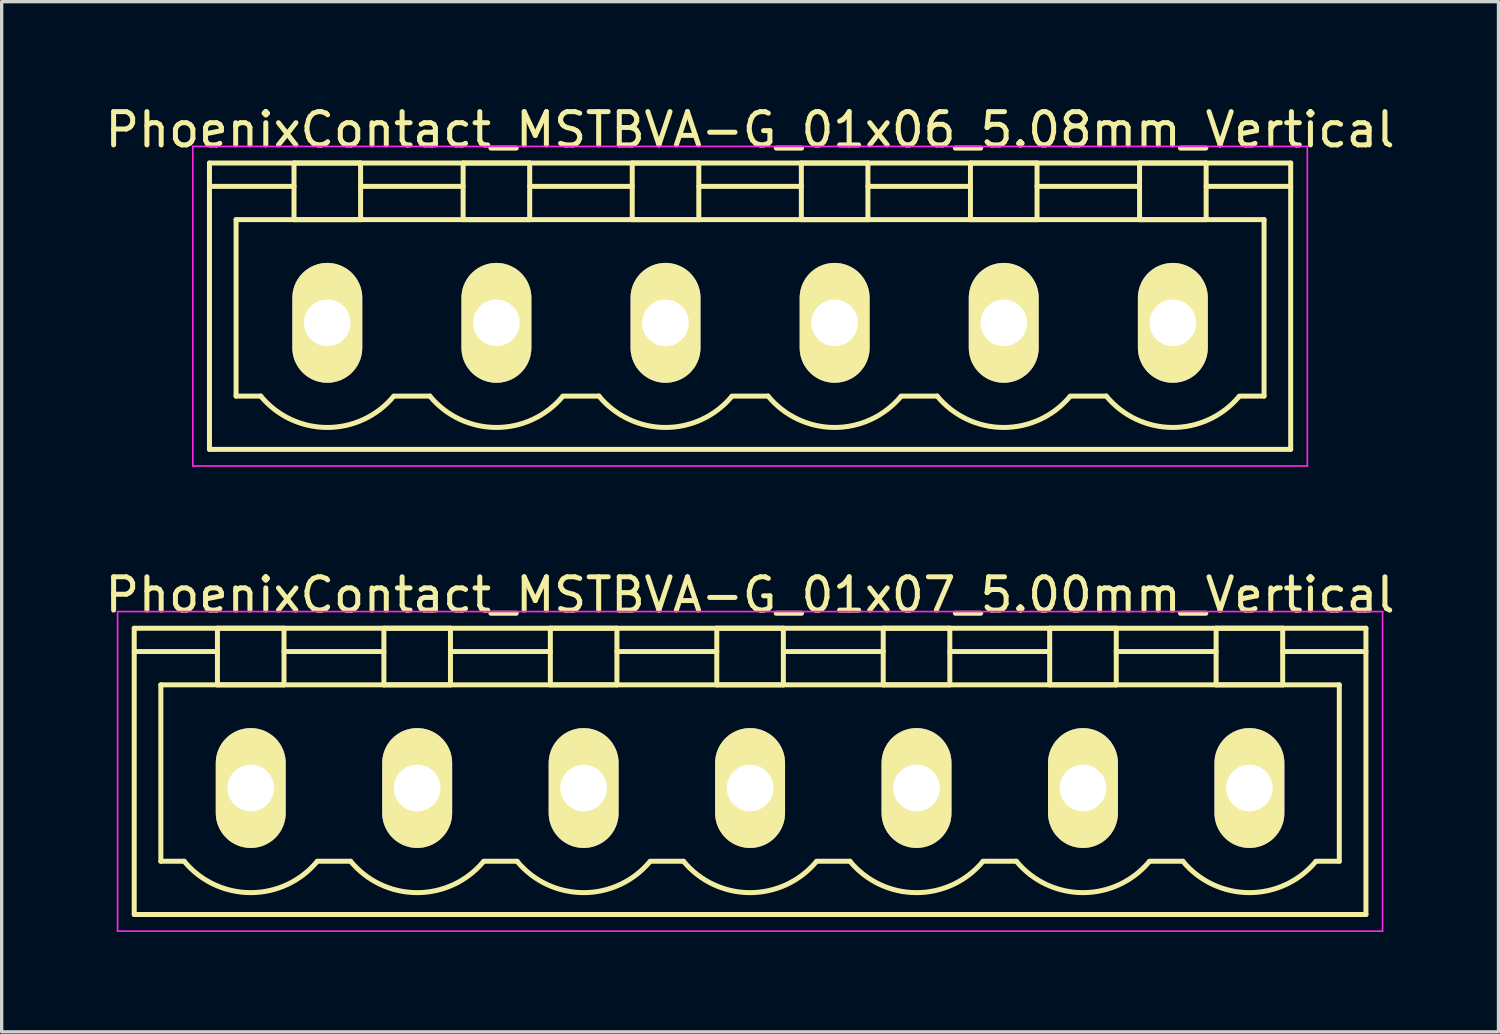
<source format=kicad_pcb>
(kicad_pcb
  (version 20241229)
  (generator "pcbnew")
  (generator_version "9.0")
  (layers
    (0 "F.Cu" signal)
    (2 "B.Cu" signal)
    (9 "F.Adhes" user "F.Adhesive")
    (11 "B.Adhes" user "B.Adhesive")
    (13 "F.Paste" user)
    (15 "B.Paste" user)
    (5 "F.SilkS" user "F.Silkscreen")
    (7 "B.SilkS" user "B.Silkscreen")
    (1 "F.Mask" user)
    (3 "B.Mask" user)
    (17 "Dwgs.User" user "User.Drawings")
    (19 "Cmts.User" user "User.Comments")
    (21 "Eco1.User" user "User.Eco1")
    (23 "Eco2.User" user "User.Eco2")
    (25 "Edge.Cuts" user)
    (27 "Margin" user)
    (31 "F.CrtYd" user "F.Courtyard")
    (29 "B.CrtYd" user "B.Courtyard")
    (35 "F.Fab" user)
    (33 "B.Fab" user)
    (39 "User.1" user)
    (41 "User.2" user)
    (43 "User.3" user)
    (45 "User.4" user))
  (footprint "PhoenixContact_MSTBVA-G_01x07_5.00mm_Vertical"
    (layer "F.Cu")
    (at 4.482 20.622)
    (property "Reference" "PhoenixContact_MSTBVA-G_01x07_5.00mm_Vertical" (at 15 -5.8 0) (layer "F.SilkS") (effects (font (size 1 1) (thickness 0.15))))
    (attr through_hole)
    (fp_line (start -3.5 -4.8) (end -3.5 3.8) (stroke (width 0.15) (type solid)) (layer "F.SilkS"))
    (fp_line (start -3.5 -4.1) (end -1 -4.1) (stroke (width 0.15) (type solid)) (layer "F.SilkS"))
    (fp_line (start -3.5 3.8) (end 33.5 3.8) (stroke (width 0.15) (type solid)) (layer "F.SilkS"))
    (fp_line (start -2.7 -3.1) (end 32.7 -3.1) (stroke (width 0.15) (type solid)) (layer "F.SilkS"))
    (fp_line (start -2.7 2.2) (end -2.7 -3.1) (stroke (width 0.15) (type solid)) (layer "F.SilkS"))
    (fp_line (start -2 2.2) (end -2.7 2.2) (stroke (width 0.15) (type solid)) (layer "F.SilkS"))
    (fp_line (start -1 -4.8) (end 1 -4.8) (stroke (width 0.15) (type solid)) (layer "F.SilkS"))
    (fp_line (start -1 -3.1) (end -1 -4.8) (stroke (width 0.15) (type solid)) (layer "F.SilkS"))
    (fp_line (start 1 -4.8) (end 1 -3.1) (stroke (width 0.15) (type solid)) (layer "F.SilkS"))
    (fp_line (start 1 -4.1) (end 4 -4.1) (stroke (width 0.15) (type solid)) (layer "F.SilkS"))
    (fp_line (start 1 -3.1) (end -1 -3.1) (stroke (width 0.15) (type solid)) (layer "F.SilkS"))
    (fp_line (start 2 2.2) (end 3 2.2) (stroke (width 0.15) (type solid)) (layer "F.SilkS"))
    (fp_line (start 4 -4.8) (end 6 -4.8) (stroke (width 0.15) (type solid)) (layer "F.SilkS"))
    (fp_line (start 4 -3.1) (end 4 -4.8) (stroke (width 0.15) (type solid)) (layer "F.SilkS"))
    (fp_line (start 6 -4.8) (end 6 -3.1) (stroke (width 0.15) (type solid)) (layer "F.SilkS"))
    (fp_line (start 6 -4.1) (end 9 -4.1) (stroke (width 0.15) (type solid)) (layer "F.SilkS"))
    (fp_line (start 6 -3.1) (end 4 -3.1) (stroke (width 0.15) (type solid)) (layer "F.SilkS"))
    (fp_line (start 7 2.2) (end 8 2.2) (stroke (width 0.15) (type solid)) (layer "F.SilkS"))
    (fp_line (start 9 -4.8) (end 11 -4.8) (stroke (width 0.15) (type solid)) (layer "F.SilkS"))
    (fp_line (start 9 -3.1) (end 9 -4.8) (stroke (width 0.15) (type solid)) (layer "F.SilkS"))
    (fp_line (start 11 -4.8) (end 11 -3.1) (stroke (width 0.15) (type solid)) (layer "F.SilkS"))
    (fp_line (start 11 -4.1) (end 14 -4.1) (stroke (width 0.15) (type solid)) (layer "F.SilkS"))
    (fp_line (start 11 -3.1) (end 9 -3.1) (stroke (width 0.15) (type solid)) (layer "F.SilkS"))
    (fp_line (start 12 2.2) (end 13 2.2) (stroke (width 0.15) (type solid)) (layer "F.SilkS"))
    (fp_line (start 14 -4.8) (end 16 -4.8) (stroke (width 0.15) (type solid)) (layer "F.SilkS"))
    (fp_line (start 14 -3.1) (end 14 -4.8) (stroke (width 0.15) (type solid)) (layer "F.SilkS"))
    (fp_line (start 16 -4.8) (end 16 -3.1) (stroke (width 0.15) (type solid)) (layer "F.SilkS"))
    (fp_line (start 16 -4.1) (end 19 -4.1) (stroke (width 0.15) (type solid)) (layer "F.SilkS"))
    (fp_line (start 16 -3.1) (end 14 -3.1) (stroke (width 0.15) (type solid)) (layer "F.SilkS"))
    (fp_line (start 17 2.2) (end 18 2.2) (stroke (width 0.15) (type solid)) (layer "F.SilkS"))
    (fp_line (start 19 -4.8) (end 21 -4.8) (stroke (width 0.15) (type solid)) (layer "F.SilkS"))
    (fp_line (start 19 -3.1) (end 19 -4.8) (stroke (width 0.15) (type solid)) (layer "F.SilkS"))
    (fp_line (start 21 -4.8) (end 21 -3.1) (stroke (width 0.15) (type solid)) (layer "F.SilkS"))
    (fp_line (start 21 -4.1) (end 24 -4.1) (stroke (width 0.15) (type solid)) (layer "F.SilkS"))
    (fp_line (start 21 -3.1) (end 19 -3.1) (stroke (width 0.15) (type solid)) (layer "F.SilkS"))
    (fp_line (start 22 2.2) (end 23 2.2) (stroke (width 0.15) (type solid)) (layer "F.SilkS"))
    (fp_line (start 24 -4.8) (end 26 -4.8) (stroke (width 0.15) (type solid)) (layer "F.SilkS"))
    (fp_line (start 24 -3.1) (end 24 -4.8) (stroke (width 0.15) (type solid)) (layer "F.SilkS"))
    (fp_line (start 26 -4.8) (end 26 -3.1) (stroke (width 0.15) (type solid)) (layer "F.SilkS"))
    (fp_line (start 26 -4.1) (end 29 -4.1) (stroke (width 0.15) (type solid)) (layer "F.SilkS"))
    (fp_line (start 26 -3.1) (end 24 -3.1) (stroke (width 0.15) (type solid)) (layer "F.SilkS"))
    (fp_line (start 27 2.2) (end 28 2.2) (stroke (width 0.15) (type solid)) (layer "F.SilkS"))
    (fp_line (start 29 -4.8) (end 31 -4.8) (stroke (width 0.15) (type solid)) (layer "F.SilkS"))
    (fp_line (start 29 -3.1) (end 29 -4.8) (stroke (width 0.15) (type solid)) (layer "F.SilkS"))
    (fp_line (start 31 -4.8) (end 31 -3.1) (stroke (width 0.15) (type solid)) (layer "F.SilkS"))
    (fp_line (start 31 -3.1) (end 29 -3.1) (stroke (width 0.15) (type solid)) (layer "F.SilkS"))
    (fp_line (start 32.7 -3.1) (end 32.7 2.2) (stroke (width 0.15) (type solid)) (layer "F.SilkS"))
    (fp_line (start 32.7 2.2) (end 32 2.2) (stroke (width 0.15) (type solid)) (layer "F.SilkS"))
    (fp_line (start 33.5 -4.8) (end -3.5 -4.8) (stroke (width 0.15) (type solid)) (layer "F.SilkS"))
    (fp_line (start 33.5 -4.1) (end 31 -4.1) (stroke (width 0.15) (type solid)) (layer "F.SilkS"))
    (fp_line (start 33.5 3.8) (end 33.5 -4.8) (stroke (width 0.15) (type solid)) (layer "F.SilkS"))
    (fp_arc (start 1.986842 2.215821) (mid -0.010289 3.142758) (end -2 2.2) (stroke (width 0.15) (type solid)) (layer "F.SilkS"))
    (fp_arc (start 6.986842 2.215821) (mid 4.989711 3.142758) (end 3 2.2) (stroke (width 0.15) (type solid)) (layer "F.SilkS"))
    (fp_arc (start 11.986842 2.215821) (mid 9.989711 3.142758) (end 8 2.2) (stroke (width 0.15) (type solid)) (layer "F.SilkS"))
    (fp_arc (start 16.986842 2.215821) (mid 14.989711 3.142758) (end 13 2.2) (stroke (width 0.15) (type solid)) (layer "F.SilkS"))
    (fp_arc (start 21.986842 2.215821) (mid 19.989711 3.142758) (end 18 2.2) (stroke (width 0.15) (type solid)) (layer "F.SilkS"))
    (fp_arc (start 26.986842 2.215821) (mid 24.989711 3.142758) (end 23 2.2) (stroke (width 0.15) (type solid)) (layer "F.SilkS"))
    (fp_arc (start 31.986842 2.215821) (mid 29.989711 3.142758) (end 28 2.2) (stroke (width 0.15) (type solid)) (layer "F.SilkS"))
    (fp_line (start -4 -5.3) (end -4 4.3) (stroke (width 0.05) (type solid)) (layer "F.CrtYd"))
    (fp_line (start -4 4.3) (end 34 4.3) (stroke (width 0.05) (type solid)) (layer "F.CrtYd"))
    (fp_line (start 34 -5.3) (end -4 -5.3) (stroke (width 0.05) (type solid)) (layer "F.CrtYd"))
    (fp_line (start 34 4.3) (end 34 -5.3) (stroke (width 0.05) (type solid)) (layer "F.CrtYd"))
    (pad "1" thru_hole oval (at 0 0) (size 2.1 3.6) (drill 1.4) (layers "*.Cu" "*.Mask" "F.SilkS"))
    (pad "2" thru_hole oval (at 5 0) (size 2.1 3.6) (drill 1.4) (layers "*.Cu" "*.Mask" "F.SilkS"))
    (pad "3" thru_hole oval (at 10 0) (size 2.1 3.6) (drill 1.4) (layers "*.Cu" "*.Mask" "F.SilkS"))
    (pad "4" thru_hole oval (at 15 0) (size 2.1 3.6) (drill 1.4) (layers "*.Cu" "*.Mask" "F.SilkS"))
    (pad "5" thru_hole oval (at 20 0) (size 2.1 3.6) (drill 1.4) (layers "*.Cu" "*.Mask" "F.SilkS"))
    (pad "6" thru_hole oval (at 25 0) (size 2.1 3.6) (drill 1.4) (layers "*.Cu" "*.Mask" "F.SilkS"))
    (pad "7" thru_hole oval (at 30 0) (size 2.1 3.6) (drill 1.4) (layers "*.Cu" "*.Mask" "F.SilkS")))
  (footprint "PhoenixContact_MSTBVA-G_01x06_5.08mm_Vertical"
    (layer "F.Cu")
    (at 6.782 6.648)
    (property "Reference" "PhoenixContact_MSTBVA-G_01x06_5.08mm_Vertical" (at 12.7 -5.8 0) (layer "F.SilkS") (effects (font (size 1 1) (thickness 0.15))))
    (attr through_hole)
    (fp_line (start -3.54 -4.8) (end -3.54 3.8) (stroke (width 0.15) (type solid)) (layer "F.SilkS"))
    (fp_line (start -3.54 -4.1) (end -1 -4.1) (stroke (width 0.15) (type solid)) (layer "F.SilkS"))
    (fp_line (start -3.54 3.8) (end 28.94 3.8) (stroke (width 0.15) (type solid)) (layer "F.SilkS"))
    (fp_line (start -2.74 -3.1) (end 28.14 -3.1) (stroke (width 0.15) (type solid)) (layer "F.SilkS"))
    (fp_line (start -2.74 2.2) (end -2.74 -3.1) (stroke (width 0.15) (type solid)) (layer "F.SilkS"))
    (fp_line (start -2 2.2) (end -2.74 2.2) (stroke (width 0.15) (type solid)) (layer "F.SilkS"))
    (fp_line (start -1 -4.8) (end 1 -4.8) (stroke (width 0.15) (type solid)) (layer "F.SilkS"))
    (fp_line (start -1 -3.1) (end -1 -4.8) (stroke (width 0.15) (type solid)) (layer "F.SilkS"))
    (fp_line (start 1 -4.8) (end 1 -3.1) (stroke (width 0.15) (type solid)) (layer "F.SilkS"))
    (fp_line (start 1 -4.1) (end 4.08 -4.1) (stroke (width 0.15) (type solid)) (layer "F.SilkS"))
    (fp_line (start 1 -3.1) (end -1 -3.1) (stroke (width 0.15) (type solid)) (layer "F.SilkS"))
    (fp_line (start 2 2.2) (end 3.08 2.2) (stroke (width 0.15) (type solid)) (layer "F.SilkS"))
    (fp_line (start 4.08 -4.8) (end 6.08 -4.8) (stroke (width 0.15) (type solid)) (layer "F.SilkS"))
    (fp_line (start 4.08 -3.1) (end 4.08 -4.8) (stroke (width 0.15) (type solid)) (layer "F.SilkS"))
    (fp_line (start 6.08 -4.8) (end 6.08 -3.1) (stroke (width 0.15) (type solid)) (layer "F.SilkS"))
    (fp_line (start 6.08 -4.1) (end 9.16 -4.1) (stroke (width 0.15) (type solid)) (layer "F.SilkS"))
    (fp_line (start 6.08 -3.1) (end 4.08 -3.1) (stroke (width 0.15) (type solid)) (layer "F.SilkS"))
    (fp_line (start 7.08 2.2) (end 8.16 2.2) (stroke (width 0.15) (type solid)) (layer "F.SilkS"))
    (fp_line (start 9.16 -4.8) (end 11.16 -4.8) (stroke (width 0.15) (type solid)) (layer "F.SilkS"))
    (fp_line (start 9.16 -3.1) (end 9.16 -4.8) (stroke (width 0.15) (type solid)) (layer "F.SilkS"))
    (fp_line (start 11.16 -4.8) (end 11.16 -3.1) (stroke (width 0.15) (type solid)) (layer "F.SilkS"))
    (fp_line (start 11.16 -4.1) (end 14.24 -4.1) (stroke (width 0.15) (type solid)) (layer "F.SilkS"))
    (fp_line (start 11.16 -3.1) (end 9.16 -3.1) (stroke (width 0.15) (type solid)) (layer "F.SilkS"))
    (fp_line (start 12.16 2.2) (end 13.24 2.2) (stroke (width 0.15) (type solid)) (layer "F.SilkS"))
    (fp_line (start 14.24 -4.8) (end 16.24 -4.8) (stroke (width 0.15) (type solid)) (layer "F.SilkS"))
    (fp_line (start 14.24 -3.1) (end 14.24 -4.8) (stroke (width 0.15) (type solid)) (layer "F.SilkS"))
    (fp_line (start 16.24 -4.8) (end 16.24 -3.1) (stroke (width 0.15) (type solid)) (layer "F.SilkS"))
    (fp_line (start 16.24 -4.1) (end 19.32 -4.1) (stroke (width 0.15) (type solid)) (layer "F.SilkS"))
    (fp_line (start 16.24 -3.1) (end 14.24 -3.1) (stroke (width 0.15) (type solid)) (layer "F.SilkS"))
    (fp_line (start 17.24 2.2) (end 18.32 2.2) (stroke (width 0.15) (type solid)) (layer "F.SilkS"))
    (fp_line (start 19.32 -4.8) (end 21.32 -4.8) (stroke (width 0.15) (type solid)) (layer "F.SilkS"))
    (fp_line (start 19.32 -3.1) (end 19.32 -4.8) (stroke (width 0.15) (type solid)) (layer "F.SilkS"))
    (fp_line (start 21.32 -4.8) (end 21.32 -3.1) (stroke (width 0.15) (type solid)) (layer "F.SilkS"))
    (fp_line (start 21.32 -4.1) (end 24.4 -4.1) (stroke (width 0.15) (type solid)) (layer "F.SilkS"))
    (fp_line (start 21.32 -3.1) (end 19.32 -3.1) (stroke (width 0.15) (type solid)) (layer "F.SilkS"))
    (fp_line (start 22.32 2.2) (end 23.4 2.2) (stroke (width 0.15) (type solid)) (layer "F.SilkS"))
    (fp_line (start 24.4 -4.8) (end 26.4 -4.8) (stroke (width 0.15) (type solid)) (layer "F.SilkS"))
    (fp_line (start 24.4 -3.1) (end 24.4 -4.8) (stroke (width 0.15) (type solid)) (layer "F.SilkS"))
    (fp_line (start 26.4 -4.8) (end 26.4 -3.1) (stroke (width 0.15) (type solid)) (layer "F.SilkS"))
    (fp_line (start 26.4 -3.1) (end 24.4 -3.1) (stroke (width 0.15) (type solid)) (layer "F.SilkS"))
    (fp_line (start 28.14 -3.1) (end 28.14 2.2) (stroke (width 0.15) (type solid)) (layer "F.SilkS"))
    (fp_line (start 28.14 2.2) (end 27.4 2.2) (stroke (width 0.15) (type solid)) (layer "F.SilkS"))
    (fp_line (start 28.94 -4.8) (end -3.54 -4.8) (stroke (width 0.15) (type solid)) (layer "F.SilkS"))
    (fp_line (start 28.94 -4.1) (end 26.4 -4.1) (stroke (width 0.15) (type solid)) (layer "F.SilkS"))
    (fp_line (start 28.94 3.8) (end 28.94 -4.8) (stroke (width 0.15) (type solid)) (layer "F.SilkS"))
    (fp_arc (start 1.986842 2.215821) (mid -0.010289 3.142758) (end -2 2.2) (stroke (width 0.15) (type solid)) (layer "F.SilkS"))
    (fp_arc (start 7.066842 2.215821) (mid 5.069711 3.142758) (end 3.08 2.2) (stroke (width 0.15) (type solid)) (layer "F.SilkS"))
    (fp_arc (start 12.146842 2.215821) (mid 10.149711 3.142758) (end 8.16 2.2) (stroke (width 0.15) (type solid)) (layer "F.SilkS"))
    (fp_arc (start 17.226842 2.215821) (mid 15.229711 3.142758) (end 13.24 2.2) (stroke (width 0.15) (type solid)) (layer "F.SilkS"))
    (fp_arc (start 22.306842 2.215821) (mid 20.309711 3.142758) (end 18.32 2.2) (stroke (width 0.15) (type solid)) (layer "F.SilkS"))
    (fp_arc (start 27.386842 2.215821) (mid 25.389711 3.142758) (end 23.4 2.2) (stroke (width 0.15) (type solid)) (layer "F.SilkS"))
    (fp_line (start -4.04 -5.3) (end -4.04 4.3) (stroke (width 0.05) (type solid)) (layer "F.CrtYd"))
    (fp_line (start -4.04 4.3) (end 29.44 4.3) (stroke (width 0.05) (type solid)) (layer "F.CrtYd"))
    (fp_line (start 29.44 -5.3) (end -4.04 -5.3) (stroke (width 0.05) (type solid)) (layer "F.CrtYd"))
    (fp_line (start 29.44 4.3) (end 29.44 -5.3) (stroke (width 0.05) (type solid)) (layer "F.CrtYd"))
    (pad "1" thru_hole oval (at 0 0) (size 2.1 3.6) (drill 1.4) (layers "*.Cu" "*.Mask" "F.SilkS"))
    (pad "2" thru_hole oval (at 5.08 0) (size 2.1 3.6) (drill 1.4) (layers "*.Cu" "*.Mask" "F.SilkS"))
    (pad "3" thru_hole oval (at 10.16 0) (size 2.1 3.6) (drill 1.4) (layers "*.Cu" "*.Mask" "F.SilkS"))
    (pad "4" thru_hole oval (at 15.24 0) (size 2.1 3.6) (drill 1.4) (layers "*.Cu" "*.Mask" "F.SilkS"))
    (pad "5" thru_hole oval (at 20.32 0) (size 2.1 3.6) (drill 1.4) (layers "*.Cu" "*.Mask" "F.SilkS"))
    (pad "6" thru_hole oval (at 25.4 0) (size 2.1 3.6) (drill 1.4) (layers "*.Cu" "*.Mask" "F.SilkS")))
  (gr_rect
    (start -3 -3)
    (end 41.964 27.947)
    (stroke (width 0.1) (type default))
    (fill no)
    (layer "Edge.Cuts")))
</source>
